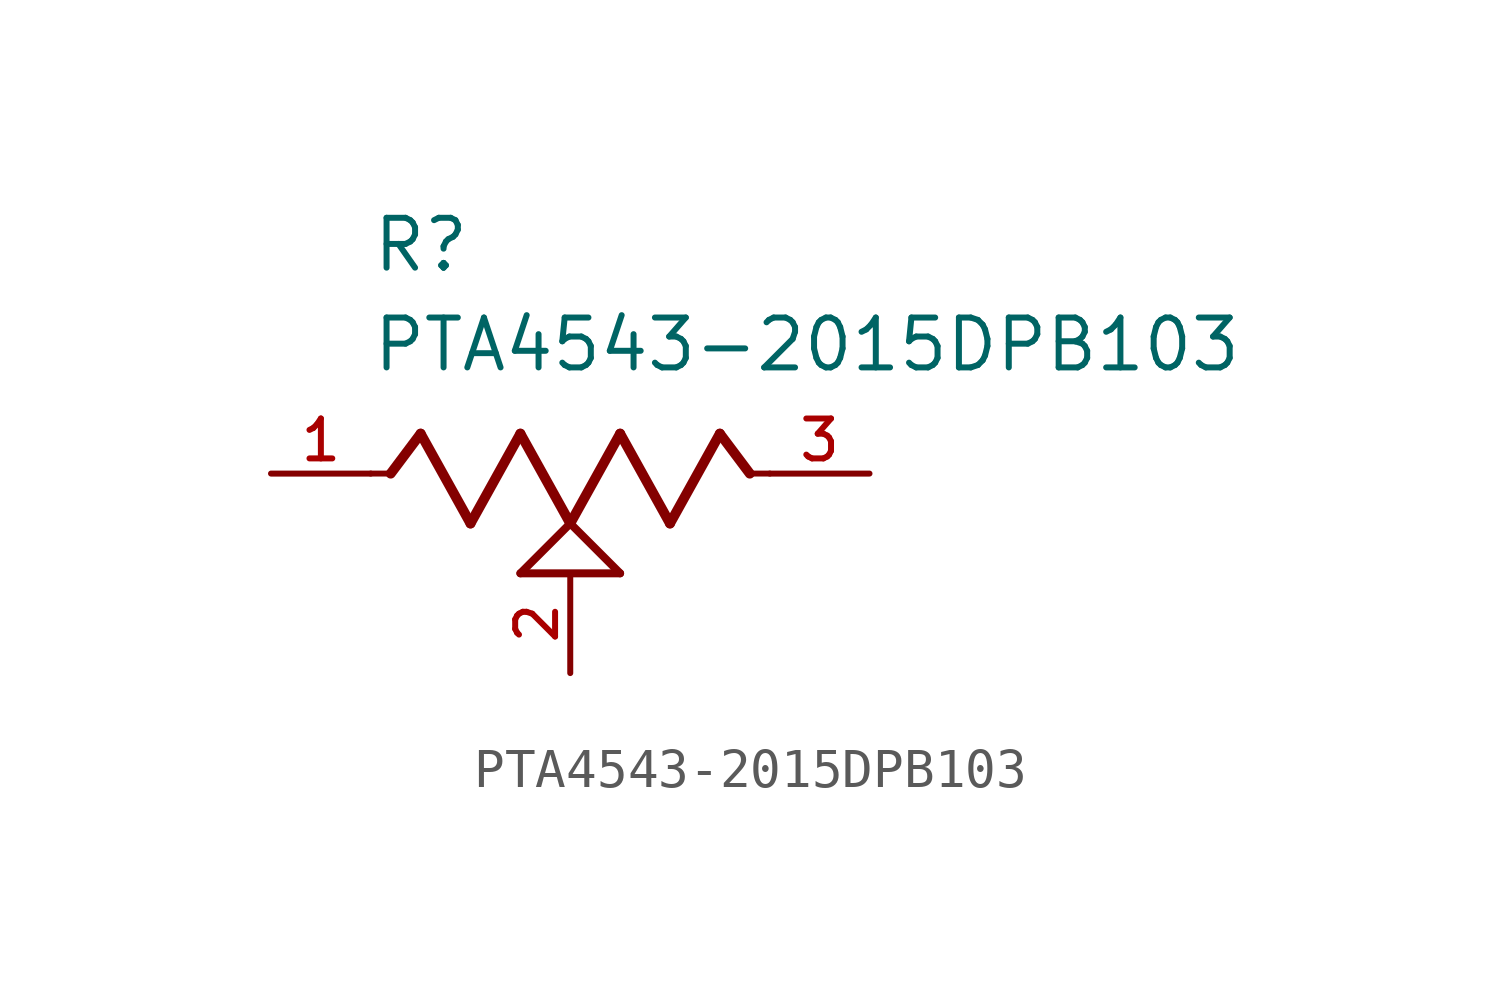
<source format=kicad_sym>
(kicad_symbol_lib
  (version 20211014)
  (generator kicad_symbol_editor)
  (symbol "PTA4543-2015DPB103"
    (pin_names
      (offset 1.016))
    (property "Reference" "R"
      (at -5.08 5.08 0)
      (effects (font (size 1.27 1.27)) (justify bottom left)))
    (property "Value" "PTA4543-2015DPB103"
      (at -5.08 2.54 0)
      (effects (font (size 1.27 1.27)) (justify bottom left)))
    (symbol "PTA4543-2015DPB103_0_0"
      (polyline (pts (xy -5.08 0.0) (xy -4.572 0.0)) (stroke (width 0.152)))
      (polyline (pts (xy -4.572 0.0) (xy -3.81 1.016)) (stroke (width 0.254)))
      (polyline (pts (xy -3.81 1.016) (xy -2.54 -1.27)) (stroke (width 0.254)))
      (polyline (pts (xy -2.54 -1.27) (xy -1.27 1.016)) (stroke (width 0.254)))
      (polyline (pts (xy -1.27 1.016) (xy 0.0 -1.27)) (stroke (width 0.254)))
      (polyline (pts (xy 0.0 -1.27) (xy 1.27 1.016)) (stroke (width 0.254)))
      (polyline (pts (xy 1.27 1.016) (xy 2.54 -1.27)) (stroke (width 0.254)))
      (polyline (pts (xy 2.54 -1.27) (xy 3.81 1.016)) (stroke (width 0.254)))
      (polyline (pts (xy 3.81 1.016) (xy 4.572 0.0)) (stroke (width 0.254)))
      (polyline (pts (xy 4.572 0.0) (xy 5.08 0.0)) (stroke (width 0.152)))
      (polyline (pts (xy 0.0 -1.27) (xy 1.27 -2.54)) (stroke (width 0.203)))
      (polyline (pts (xy -1.27 -2.54) (xy 0.0 -1.27)) (stroke (width 0.203)))
      (polyline (pts (xy 1.27 -2.54) (xy -1.27 -2.54)) (stroke (width 0.203)))
      (pin passive line (at -7.62 0.0 0) (length 2.54) (name "~" (effects (font (size 1.016 1.016)))) (number "1" (effects (font (size 1.016 1.016)))))
      (pin passive line (at 7.62 0.0 180.0) (length 2.54) (name "~" (effects (font (size 1.016 1.016)))) (number "3" (effects (font (size 1.016 1.016)))))
      (pin passive line (at 0.0 -5.08 90.0) (length 2.54) (name "~" (effects (font (size 1.016 1.016)))) (number "2" (effects (font (size 1.016 1.016))))))))
</source>
